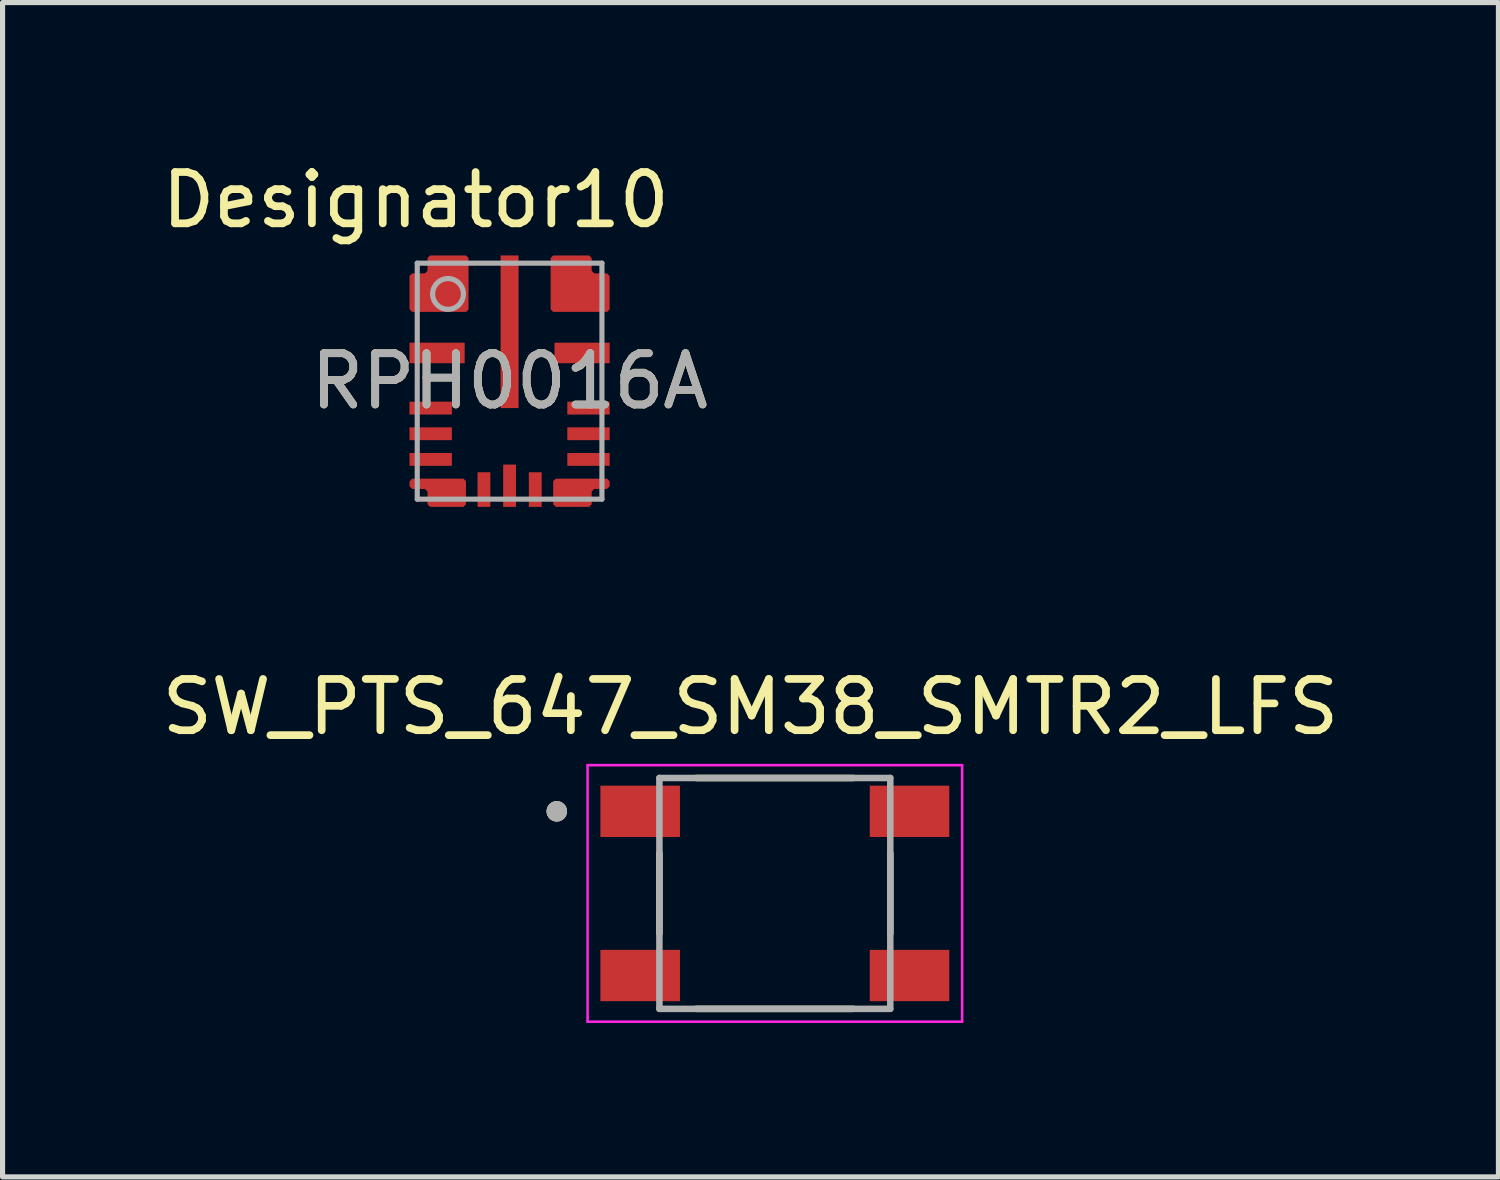
<source format=kicad_pcb>
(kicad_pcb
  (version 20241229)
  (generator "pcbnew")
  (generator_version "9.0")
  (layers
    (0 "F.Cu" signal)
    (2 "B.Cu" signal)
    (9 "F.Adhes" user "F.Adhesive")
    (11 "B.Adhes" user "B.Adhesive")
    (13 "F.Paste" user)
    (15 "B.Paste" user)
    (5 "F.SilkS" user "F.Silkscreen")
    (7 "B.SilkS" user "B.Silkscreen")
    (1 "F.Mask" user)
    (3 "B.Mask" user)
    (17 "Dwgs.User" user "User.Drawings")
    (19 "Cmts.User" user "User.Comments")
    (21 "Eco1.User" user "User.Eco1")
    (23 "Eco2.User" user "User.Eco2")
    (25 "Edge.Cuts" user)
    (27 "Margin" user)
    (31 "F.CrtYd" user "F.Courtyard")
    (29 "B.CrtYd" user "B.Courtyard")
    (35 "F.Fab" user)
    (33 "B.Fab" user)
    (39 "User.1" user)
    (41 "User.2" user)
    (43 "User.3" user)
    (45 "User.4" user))
  (footprint "RPH0016A"
    (layer "F.Cu")
    (at 6.882 4.379)
    (property "Reference" "RPH0016A" (at 0 0 0) (unlocked yes) (layer "F.SilkS") (effects (font (size 1 1) (thickness 0.15))))
    (attr smd)
    (fp_poly (pts (xy -1.95 -1.4) (xy -1.95 -2.05) (xy -1.9 -2.1) (xy -1.65 -2.1) (xy -1.6 -2.15) (xy -1.6 -2.4) (xy -1.55 -2.45) (xy -0.85 -2.45) (xy -0.8 -2.4) (xy -0.8 -1.4) (xy -0.85 -1.35) (xy -1.9 -1.35)) (stroke (width 0) (type solid)) (fill yes) (layer "F.Cu"))
    (fp_poly (pts (xy -1.95 2.05) (xy -1.9 2.1) (xy -1.65 2.1) (xy -1.6 2.15) (xy -1.6 2.4) (xy -1.55 2.45) (xy -0.9 2.45) (xy -0.85 2.4) (xy -0.85 1.95) (xy -0.9 1.9) (xy -1.9 1.9) (xy -1.95 1.95)) (stroke (width 0) (type solid)) (fill yes) (layer "F.Cu"))
    (fp_poly (pts (xy 1.95 -1.4) (xy 1.95 -2.05) (xy 1.9 -2.1) (xy 1.65 -2.1) (xy 1.6 -2.15) (xy 1.6 -2.4) (xy 1.55 -2.45) (xy 0.85 -2.45) (xy 0.8 -2.4) (xy 0.8 -1.4) (xy 0.85 -1.35) (xy 1.9 -1.35)) (stroke (width 0) (type solid)) (fill yes) (layer "F.Cu"))
    (fp_poly (pts (xy 1.95 2.05) (xy 1.9 2.1) (xy 1.65 2.1) (xy 1.6 2.15) (xy 1.6 2.4) (xy 1.55 2.45) (xy 0.9 2.45) (xy 0.85 2.4) (xy 0.85 1.95) (xy 0.9 1.9) (xy 1.9 1.9) (xy 1.95 1.95)) (stroke (width 0) (type solid)) (fill yes) (layer "F.Cu"))
    (fp_poly (pts (xy -2.001 2.05) (xy -2.001 1.95) (xy -2 1.94) (xy -1.997 1.931) (xy -1.992 1.922) (xy -1.986 1.914) (xy -1.936 1.864) (xy -1.928 1.858) (xy -1.919 1.853) (xy -1.91 1.85) (xy -1.9 1.849) (xy -0.9 1.849) (xy -0.89 1.85) (xy -0.881 1.853) (xy -0.872 1.858) (xy -0.864 1.864) (xy -0.814 1.914) (xy -0.808 1.922) (xy -0.803 1.931) (xy -0.8 1.94) (xy -0.799 1.95) (xy -0.799 2.4) (xy -0.8 2.41) (xy -0.803 2.419) (xy -0.808 2.428) (xy -0.814 2.436) (xy -0.864 2.486) (xy -0.872 2.492) (xy -0.881 2.497) (xy -0.89 2.5) (xy -0.9 2.501) (xy -1.55 2.501) (xy -1.56 2.5) (xy -1.569 2.497) (xy -1.578 2.492) (xy -1.586 2.486) (xy -1.636 2.436) (xy -1.642 2.428) (xy -1.647 2.419) (xy -1.65 2.41) (xy -1.651 2.4) (xy -1.651 2.171) (xy -1.671 2.151) (xy -1.9 2.151) (xy -1.91 2.15) (xy -1.919 2.147) (xy -1.928 2.142) (xy -1.936 2.136) (xy -1.986 2.086) (xy -1.992 2.078) (xy -1.997 2.069) (xy -2 2.06)) (stroke (width 0) (type solid)) (fill yes) (layer "F.Mask"))
    (fp_poly (pts (xy -1.986 -1.364) (xy -1.992 -1.372) (xy -1.997 -1.381) (xy -2 -1.39) (xy -2.001 -1.4) (xy -2.001 -2.05) (xy -2 -2.06) (xy -1.997 -2.069) (xy -1.992 -2.078) (xy -1.986 -2.086) (xy -1.936 -2.136) (xy -1.928 -2.142) (xy -1.919 -2.147) (xy -1.91 -2.15) (xy -1.9 -2.151) (xy -1.671 -2.151) (xy -1.651 -2.171) (xy -1.651 -2.4) (xy -1.65 -2.41) (xy -1.647 -2.419) (xy -1.642 -2.428) (xy -1.636 -2.436) (xy -1.586 -2.486) (xy -1.578 -2.492) (xy -1.569 -2.497) (xy -1.56 -2.5) (xy -1.55 -2.501) (xy -0.85 -2.501) (xy -0.84 -2.5) (xy -0.831 -2.497) (xy -0.822 -2.492) (xy -0.814 -2.486) (xy -0.764 -2.436) (xy -0.758 -2.428) (xy -0.753 -2.419) (xy -0.75 -2.41) (xy -0.749 -2.4) (xy -0.749 -1.4) (xy -0.75 -1.39) (xy -0.753 -1.381) (xy -0.758 -1.372) (xy -0.764 -1.364) (xy -0.814 -1.314) (xy -0.822 -1.308) (xy -0.831 -1.303) (xy -0.84 -1.3) (xy -0.85 -1.299) (xy -1.9 -1.299) (xy -1.91 -1.3) (xy -1.919 -1.303) (xy -1.928 -1.308) (xy -1.936 -1.314)) (stroke (width 0) (type solid)) (fill yes) (layer "F.Mask"))
    (fp_poly (pts (xy 1.986 -1.364) (xy 1.936 -1.314) (xy 1.928 -1.308) (xy 1.919 -1.303) (xy 1.91 -1.3) (xy 1.9 -1.299) (xy 0.85 -1.299) (xy 0.84 -1.3) (xy 0.831 -1.303) (xy 0.822 -1.308) (xy 0.814 -1.314) (xy 0.764 -1.364) (xy 0.758 -1.372) (xy 0.753 -1.381) (xy 0.75 -1.39) (xy 0.749 -1.4) (xy 0.749 -2.4) (xy 0.75 -2.41) (xy 0.753 -2.419) (xy 0.758 -2.428) (xy 0.764 -2.436) (xy 0.814 -2.486) (xy 0.822 -2.492) (xy 0.831 -2.497) (xy 0.84 -2.5) (xy 0.85 -2.501) (xy 1.55 -2.501) (xy 1.56 -2.5) (xy 1.569 -2.497) (xy 1.578 -2.492) (xy 1.586 -2.486) (xy 1.636 -2.436) (xy 1.642 -2.428) (xy 1.647 -2.419) (xy 1.65 -2.41) (xy 1.651 -2.4) (xy 1.651 -2.171) (xy 1.671 -2.151) (xy 1.9 -2.151) (xy 1.91 -2.15) (xy 1.919 -2.147) (xy 1.928 -2.142) (xy 1.936 -2.136) (xy 1.986 -2.086) (xy 1.992 -2.078) (xy 1.997 -2.069) (xy 2 -2.06) (xy 2.001 -2.05) (xy 2.001 -1.4) (xy 2 -1.39) (xy 1.997 -1.381) (xy 1.992 -1.372)) (stroke (width 0) (type solid)) (fill yes) (layer "F.Mask"))
    (fp_poly (pts (xy 2.001 2.05) (xy 2 2.06) (xy 1.997 2.069) (xy 1.992 2.078) (xy 1.986 2.086) (xy 1.936 2.136) (xy 1.928 2.142) (xy 1.919 2.147) (xy 1.91 2.15) (xy 1.9 2.151) (xy 1.671 2.151) (xy 1.651 2.171) (xy 1.651 2.4) (xy 1.65 2.41) (xy 1.647 2.419) (xy 1.642 2.428) (xy 1.636 2.436) (xy 1.586 2.486) (xy 1.578 2.492) (xy 1.569 2.497) (xy 1.56 2.5) (xy 1.55 2.501) (xy 0.9 2.501) (xy 0.89 2.5) (xy 0.881 2.497) (xy 0.872 2.492) (xy 0.864 2.486) (xy 0.814 2.436) (xy 0.808 2.428) (xy 0.803 2.419) (xy 0.8 2.41) (xy 0.799 2.4) (xy 0.799 1.95) (xy 0.8 1.94) (xy 0.803 1.931) (xy 0.808 1.922) (xy 0.814 1.914) (xy 0.864 1.864) (xy 0.872 1.858) (xy 0.881 1.853) (xy 0.89 1.85) (xy 0.9 1.849) (xy 1.9 1.849) (xy 1.91 1.85) (xy 1.919 1.853) (xy 1.928 1.858) (xy 1.936 1.864) (xy 1.986 1.914) (xy 1.992 1.922) (xy 1.997 1.931) (xy 2 1.94) (xy 2.001 1.95)) (stroke (width 0) (type solid)) (fill yes) (layer "F.Mask"))
    (fp_poly (pts (xy -0.85 2.35) (xy -0.9 2.4) (xy -1.52 2.4) (xy -1.57 2.35) (xy -1.57 2.15) (xy -1.62 2.1) (xy -1.9 2.1) (xy -1.95 2.05) (xy -1.95 1.95) (xy -1.9 1.9) (xy -0.9 1.9) (xy -0.85 1.95)) (stroke (width 0) (type solid)) (fill yes) (layer "F.Paste"))
    (fp_poly (pts (xy -0.8 -1.4) (xy -0.8 -2.34) (xy -0.85 -2.39) (xy -1.49 -2.39) (xy -1.54 -2.34) (xy -1.54 -2.09) (xy -1.59 -2.04) (xy -1.79 -2.04) (xy -1.84 -1.99) (xy -1.84 -1.4) (xy -1.79 -1.35) (xy -0.85 -1.35)) (stroke (width 0) (type solid)) (fill yes) (layer "F.Paste"))
    (fp_poly (pts (xy 0.8 -1.4) (xy 0.8 -2.34) (xy 0.85 -2.39) (xy 1.49 -2.39) (xy 1.54 -2.34) (xy 1.54 -2.09) (xy 1.59 -2.04) (xy 1.79 -2.04) (xy 1.84 -1.99) (xy 1.84 -1.4) (xy 1.79 -1.35) (xy 0.85 -1.35)) (stroke (width 0) (type solid)) (fill yes) (layer "F.Paste"))
    (fp_poly (pts (xy 0.85 2.35) (xy 0.9 2.4) (xy 1.52 2.4) (xy 1.57 2.35) (xy 1.57 2.15) (xy 1.62 2.1) (xy 1.9 2.1) (xy 1.95 2.05) (xy 1.95 1.95) (xy 1.9 1.9) (xy 0.9 1.9) (xy 0.85 1.95)) (stroke (width 0) (type solid)) (fill yes) (layer "F.Paste"))
    (fp_line (start -1.8 -2.3) (end 1.8 -2.3) (stroke (width 0.1) (type solid)) (layer "F.Fab"))
    (fp_line (start -1.8 2.3) (end -1.8 -2.3) (stroke (width 0.1) (type solid)) (layer "F.Fab"))
    (fp_line (start -1.8 2.3) (end 1.8 2.3) (stroke (width 0.1) (type solid)) (layer "F.Fab"))
    (fp_line (start 1.8 2.3) (end 1.8 -2.3) (stroke (width 0.1) (type solid)) (layer "F.Fab"))
    (fp_circle (center -1.2 -1.7) (end -0.9 -1.7) (stroke (width 0.1) (type solid)) (fill no) (layer "F.Fab"))
    (fp_text user "Designator10" (at -1.829 -3.531 0) (unlocked yes) (layer "F.SilkS") (effects (font (size 1 1) (thickness 0.15))))
    (fp_text user "${REFERENCE}" (at 0 0 0) (unlocked yes) (layer "F.Fab") (effects (font (size 1 1) (thickness 0.15))))
    (pad "1" smd rect (at -1.375 -1.9) (size 0.25 0.25) (layers "F.Cu" "F.Mask"))
    (pad "2" smd rect (at -1.413 -0.55) (size 1.075 0.4) (layers "F.Cu" "F.Mask" "F.Paste"))
    (pad "3" smd rect (at -1.538 0.525) (size 0.825 0.25) (layers "F.Cu" "F.Mask" "F.Paste"))
    (pad "4" smd rect (at -1.538 1.025) (size 0.825 0.25) (layers "F.Cu" "F.Mask" "F.Paste"))
    (pad "5" smd rect (at -1.538 1.525) (size 0.825 0.25) (layers "F.Cu" "F.Mask" "F.Paste"))
    (pad "6" smd rect (at -1.4 2.175) (size 0.25 0.25) (layers "F.Cu" "F.Mask"))
    (pad "7" smd rect (at -0.5 2.113 90) (size 0.675 0.25) (layers "F.Cu" "F.Mask" "F.Paste"))
    (pad "8" smd rect (at 0 2.038 90) (size 0.825 0.25) (layers "F.Cu" "F.Mask" "F.Paste"))
    (pad "9" smd rect (at 0.5 2.113 90) (size 0.675 0.25) (layers "F.Cu" "F.Mask" "F.Paste"))
    (pad "10" smd rect (at 1.4 2.175) (size 0.25 0.25) (layers "F.Cu" "F.Mask"))
    (pad "11" smd rect (at 1.538 1.525) (size 0.825 0.25) (layers "F.Cu" "F.Mask" "F.Paste"))
    (pad "12" smd rect (at 1.538 1.025) (size 0.825 0.25) (layers "F.Cu" "F.Mask" "F.Paste"))
    (pad "13" smd rect (at 1.538 0.525) (size 0.825 0.25) (layers "F.Cu" "F.Mask" "F.Paste"))
    (pad "14" smd rect (at 1.413 -0.55) (size 1.075 0.4) (layers "F.Cu" "F.Mask" "F.Paste"))
    (pad "15" smd rect (at 1.375 -1.9) (size 0.25 0.25) (layers "F.Cu" "F.Mask"))
    (pad "16" smd rect (at 0 -0.963 90) (size 2.975 0.35) (layers "F.Cu" "F.Mask" "F.Paste")))
  (footprint "SW_PTS_647_SM38_SMTR2_LFS"
    (layer "F.Cu")
    (at 12.052 14.363)
    (property "Reference" "SW_PTS_647_SM38_SMTR2_LFS" (at -0.475 -3.635 0) (layer "F.SilkS") (effects (font (size 1 1) (thickness 0.15))))
    (attr smd)
    (fp_line (start -2.25 -0.78) (end -2.25 0.78) (stroke (width 0.127) (type solid)) (layer "F.SilkS"))
    (fp_line (start -1.53 -2.25) (end 1.53 -2.25) (stroke (width 0.127) (type solid)) (layer "F.SilkS"))
    (fp_line (start -1.53 2.25) (end 1.53 2.25) (stroke (width 0.127) (type solid)) (layer "F.SilkS"))
    (fp_line (start 2.25 -0.78) (end 2.25 0.78) (stroke (width 0.127) (type solid)) (layer "F.SilkS"))
    (fp_circle (center -4.25 -1.6) (end -4.15 -1.6) (stroke (width 0.2) (type solid)) (fill no) (layer "F.SilkS"))
    (fp_line (start -3.65 -2.5) (end -3.65 2.5) (stroke (width 0.05) (type solid)) (layer "F.CrtYd"))
    (fp_line (start -3.65 2.5) (end 3.65 2.5) (stroke (width 0.05) (type solid)) (layer "F.CrtYd"))
    (fp_line (start 3.65 -2.5) (end -3.65 -2.5) (stroke (width 0.05) (type solid)) (layer "F.CrtYd"))
    (fp_line (start 3.65 2.5) (end 3.65 -2.5) (stroke (width 0.05) (type solid)) (layer "F.CrtYd"))
    (fp_line (start -2.25 -2.25) (end -2.25 2.25) (stroke (width 0.127) (type solid)) (layer "F.Fab"))
    (fp_line (start -2.25 2.25) (end 2.25 2.25) (stroke (width 0.127) (type solid)) (layer "F.Fab"))
    (fp_line (start 2.25 -2.25) (end -2.25 -2.25) (stroke (width 0.127) (type solid)) (layer "F.Fab"))
    (fp_line (start 2.25 2.25) (end 2.25 -2.25) (stroke (width 0.127) (type solid)) (layer "F.Fab"))
    (fp_circle (center -4.25 -1.6) (end -4.15 -1.6) (stroke (width 0.2) (type solid)) (fill no) (layer "F.Fab"))
    (pad "1" smd rect (at -2.625 -1.6) (size 1.55 1) (layers "F.Cu" "F.Mask" "F.Paste"))
    (pad "2" smd rect (at 2.625 -1.6) (size 1.55 1) (layers "F.Cu" "F.Mask" "F.Paste"))
    (pad "3" smd rect (at -2.625 1.6) (size 1.55 1) (layers "F.Cu" "F.Mask" "F.Paste"))
    (pad "4" smd rect (at 2.625 1.6) (size 1.55 1) (layers "F.Cu" "F.Mask" "F.Paste")))
  (gr_rect
    (start -3 -3)
    (end 26.155 19.888)
    (stroke (width 0.1) (type default))
    (fill no)
    (layer "Edge.Cuts")))
</source>
